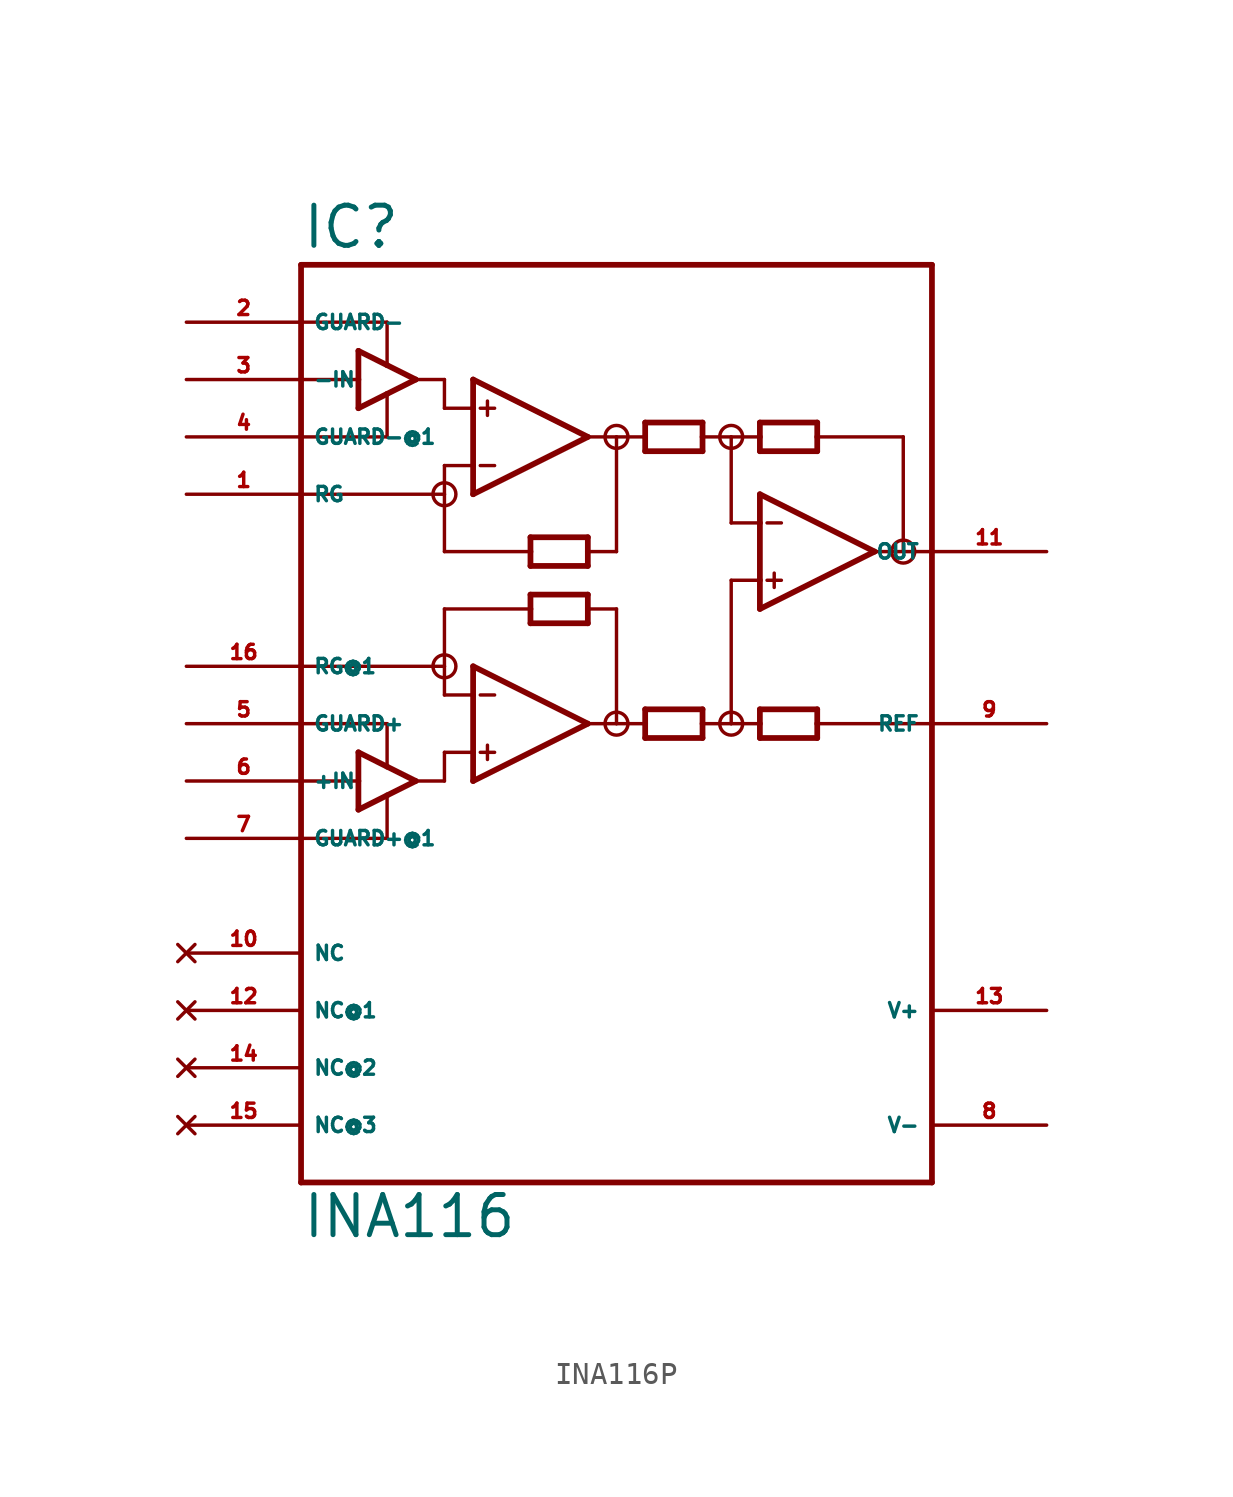
<source format=kicad_sym>
(kicad_symbol_lib
  (version 20220914)
  (generator Eagle2Kicad)
  (symbol "INA116P"
    (property "Reference" "IC"
      (at -15.24 23.495 0)
      (effects (font (size 1.778 1.778) (thickness 0.22)) (justify left bottom)))
    (property "Value" "INA116"
      (at -15.24 -20.32 0)
      (effects (font (size 1.778 1.778) (thickness 0.22)) (justify left bottom)))
    (polyline
      (pts (xy -7.62 12.7) (xy -7.62 13.97))
      (stroke (width 0.254) (type default))
      (fill (type none)))
    (polyline
      (pts (xy -7.62 13.97) (xy -7.62 16.51))
      (stroke (width 0.254) (type default))
      (fill (type none)))
    (polyline
      (pts (xy -7.62 16.51) (xy -7.62 17.78))
      (stroke (width 0.254) (type default))
      (fill (type none)))
    (polyline
      (pts (xy -7.62 17.78) (xy -2.54 15.24))
      (stroke (width 0.254) (type default))
      (fill (type none)))
    (polyline
      (pts (xy -2.54 15.24) (xy -7.62 12.7))
      (stroke (width 0.254) (type default))
      (fill (type none)))
    (polyline
      (pts (xy -2.54 9.525) (xy -2.54 10.16))
      (stroke (width 0.254) (type default))
      (fill (type none)))
    (polyline
      (pts (xy -2.54 10.16) (xy -2.54 10.795))
      (stroke (width 0.254) (type default))
      (fill (type none)))
    (polyline
      (pts (xy -2.54 10.795) (xy -5.08 10.795))
      (stroke (width 0.254) (type default))
      (fill (type none)))
    (polyline
      (pts (xy -5.08 10.795) (xy -5.08 10.16))
      (stroke (width 0.254) (type default))
      (fill (type none)))
    (polyline
      (pts (xy -5.08 10.16) (xy -5.08 9.525))
      (stroke (width 0.254) (type default))
      (fill (type none)))
    (polyline
      (pts (xy -5.08 9.525) (xy -2.54 9.525))
      (stroke (width 0.254) (type default))
      (fill (type none)))
    (polyline
      (pts (xy 0 14.605) (xy 0 15.24))
      (stroke (width 0.254) (type default))
      (fill (type none)))
    (polyline
      (pts (xy 0 15.24) (xy 0 15.875))
      (stroke (width 0.254) (type default))
      (fill (type none)))
    (polyline
      (pts (xy 0 15.875) (xy 2.54 15.875))
      (stroke (width 0.254) (type default))
      (fill (type none)))
    (polyline
      (pts (xy 2.54 15.875) (xy 2.54 15.24))
      (stroke (width 0.254) (type default))
      (fill (type none)))
    (polyline
      (pts (xy 2.54 15.24) (xy 2.54 14.605))
      (stroke (width 0.254) (type default))
      (fill (type none)))
    (polyline
      (pts (xy 2.54 14.605) (xy 0 14.605))
      (stroke (width 0.254) (type default))
      (fill (type none)))
    (polyline
      (pts (xy -7.62 16.51) (xy -8.89 16.51))
      (stroke (width 0.152) (type default))
      (fill (type none)))
    (polyline
      (pts (xy 7.62 15.875) (xy 7.62 15.24))
      (stroke (width 0.254) (type default))
      (fill (type none)))
    (polyline
      (pts (xy 7.62 15.24) (xy 7.62 14.605))
      (stroke (width 0.254) (type default))
      (fill (type none)))
    (polyline
      (pts (xy 7.62 14.605) (xy 5.08 14.605))
      (stroke (width 0.254) (type default))
      (fill (type none)))
    (polyline
      (pts (xy 5.08 14.605) (xy 5.08 15.24))
      (stroke (width 0.254) (type default))
      (fill (type none)))
    (polyline
      (pts (xy 5.08 15.24) (xy 5.08 15.875))
      (stroke (width 0.254) (type default))
      (fill (type none)))
    (polyline
      (pts (xy 5.08 15.875) (xy 7.62 15.875))
      (stroke (width 0.254) (type default))
      (fill (type none)))
    (polyline
      (pts (xy 5.08 3.175) (xy 5.08 2.54))
      (stroke (width 0.254) (type default))
      (fill (type none)))
    (polyline
      (pts (xy 5.08 2.54) (xy 5.08 1.905))
      (stroke (width 0.254) (type default))
      (fill (type none)))
    (polyline
      (pts (xy 5.08 1.905) (xy 7.62 1.905))
      (stroke (width 0.254) (type default))
      (fill (type none)))
    (polyline
      (pts (xy 7.62 1.905) (xy 7.62 2.54))
      (stroke (width 0.254) (type default))
      (fill (type none)))
    (polyline
      (pts (xy 7.62 2.54) (xy 7.62 3.175))
      (stroke (width 0.254) (type default))
      (fill (type none)))
    (polyline
      (pts (xy 7.62 3.175) (xy 5.08 3.175))
      (stroke (width 0.254) (type default))
      (fill (type none)))
    (polyline
      (pts (xy -7.62 13.97) (xy -8.89 13.97))
      (stroke (width 0.152) (type default))
      (fill (type none)))
    (polyline
      (pts (xy -7.303 16.51) (xy -6.668 16.51))
      (stroke (width 0.152) (type default))
      (fill (type none)))
    (polyline
      (pts (xy -7.303 13.97) (xy -6.668 13.97))
      (stroke (width 0.152) (type default))
      (fill (type none)))
    (polyline
      (pts (xy -6.985 16.828) (xy -6.985 16.192))
      (stroke (width 0.152) (type default))
      (fill (type none)))
    (polyline
      (pts (xy -15.24 -17.78) (xy 12.7 -17.78))
      (stroke (width 0.254) (type default))
      (fill (type none)))
    (polyline
      (pts (xy 12.7 -17.78) (xy 12.7 2.54))
      (stroke (width 0.254) (type default))
      (fill (type none)))
    (polyline
      (pts (xy 12.7 2.54) (xy 12.7 10.16))
      (stroke (width 0.254) (type default))
      (fill (type none)))
    (polyline
      (pts (xy 12.7 10.16) (xy 12.7 22.86))
      (stroke (width 0.254) (type default))
      (fill (type none)))
    (polyline
      (pts (xy 12.7 22.86) (xy -15.24 22.86))
      (stroke (width 0.254) (type default))
      (fill (type none)))
    (polyline
      (pts (xy -15.24 22.86) (xy -15.24 20.32))
      (stroke (width 0.254) (type default))
      (fill (type none)))
    (polyline
      (pts (xy -15.24 20.32) (xy -15.24 17.78))
      (stroke (width 0.254) (type default))
      (fill (type none)))
    (polyline
      (pts (xy -15.24 17.78) (xy -15.24 15.24))
      (stroke (width 0.254) (type default))
      (fill (type none)))
    (polyline
      (pts (xy -15.24 15.24) (xy -15.24 12.7))
      (stroke (width 0.254) (type default))
      (fill (type none)))
    (polyline
      (pts (xy -15.24 12.7) (xy -15.24 5.08))
      (stroke (width 0.254) (type default))
      (fill (type none)))
    (polyline
      (pts (xy -15.24 5.08) (xy -15.24 2.54))
      (stroke (width 0.254) (type default))
      (fill (type none)))
    (polyline
      (pts (xy -15.24 2.54) (xy -15.24 0))
      (stroke (width 0.254) (type default))
      (fill (type none)))
    (polyline
      (pts (xy -15.24 0) (xy -15.24 -2.54))
      (stroke (width 0.254) (type default))
      (fill (type none)))
    (polyline
      (pts (xy -15.24 -2.54) (xy -15.24 -17.78))
      (stroke (width 0.254) (type default))
      (fill (type none)))
    (polyline
      (pts (xy -7.62 0) (xy -7.62 1.27))
      (stroke (width 0.254) (type default))
      (fill (type none)))
    (polyline
      (pts (xy -7.62 1.27) (xy -7.62 3.81))
      (stroke (width 0.254) (type default))
      (fill (type none)))
    (polyline
      (pts (xy -7.62 3.81) (xy -7.62 5.08))
      (stroke (width 0.254) (type default))
      (fill (type none)))
    (polyline
      (pts (xy -7.62 5.08) (xy -2.54 2.54))
      (stroke (width 0.254) (type default))
      (fill (type none)))
    (polyline
      (pts (xy -2.54 2.54) (xy -7.62 0))
      (stroke (width 0.254) (type default))
      (fill (type none)))
    (polyline
      (pts (xy 2.54 1.905) (xy 2.54 2.54))
      (stroke (width 0.254) (type default))
      (fill (type none)))
    (polyline
      (pts (xy 2.54 2.54) (xy 2.54 3.175))
      (stroke (width 0.254) (type default))
      (fill (type none)))
    (polyline
      (pts (xy 2.54 3.175) (xy 0 3.175))
      (stroke (width 0.254) (type default))
      (fill (type none)))
    (polyline
      (pts (xy 0 3.175) (xy 0 2.54))
      (stroke (width 0.254) (type default))
      (fill (type none)))
    (polyline
      (pts (xy 0 2.54) (xy 0 1.905))
      (stroke (width 0.254) (type default))
      (fill (type none)))
    (polyline
      (pts (xy 0 1.905) (xy 2.54 1.905))
      (stroke (width 0.254) (type default))
      (fill (type none)))
    (polyline
      (pts (xy -5.08 6.985) (xy -5.08 7.62))
      (stroke (width 0.254) (type default))
      (fill (type none)))
    (polyline
      (pts (xy -5.08 7.62) (xy -5.08 8.255))
      (stroke (width 0.254) (type default))
      (fill (type none)))
    (polyline
      (pts (xy -5.08 8.255) (xy -2.54 8.255))
      (stroke (width 0.254) (type default))
      (fill (type none)))
    (polyline
      (pts (xy -2.54 8.255) (xy -2.54 7.62))
      (stroke (width 0.254) (type default))
      (fill (type none)))
    (polyline
      (pts (xy -2.54 7.62) (xy -2.54 6.985))
      (stroke (width 0.254) (type default))
      (fill (type none)))
    (polyline
      (pts (xy -2.54 6.985) (xy -5.08 6.985))
      (stroke (width 0.254) (type default))
      (fill (type none)))
    (polyline
      (pts (xy -7.62 3.81) (xy -8.89 3.81))
      (stroke (width 0.152) (type default))
      (fill (type none)))
    (polyline
      (pts (xy -7.62 1.27) (xy -8.89 1.27))
      (stroke (width 0.152) (type default))
      (fill (type none)))
    (polyline
      (pts (xy -7.303 3.81) (xy -6.668 3.81))
      (stroke (width 0.152) (type default))
      (fill (type none)))
    (polyline
      (pts (xy -7.303 1.27) (xy -6.668 1.27))
      (stroke (width 0.152) (type default))
      (fill (type none)))
    (polyline
      (pts (xy -6.985 1.587) (xy -6.985 0.953))
      (stroke (width 0.152) (type default))
      (fill (type none)))
    (polyline
      (pts (xy -8.89 16.51) (xy -8.89 17.78))
      (stroke (width 0.152) (type default))
      (fill (type none)))
    (polyline
      (pts (xy -8.89 13.97) (xy -8.89 12.7))
      (stroke (width 0.152) (type default))
      (fill (type none)))
    (polyline
      (pts (xy -8.89 12.7) (xy -15.24 12.7))
      (stroke (width 0.152) (type default))
      (fill (type none)))
    (polyline
      (pts (xy 5.08 7.62) (xy 5.08 8.89))
      (stroke (width 0.254) (type default))
      (fill (type none)))
    (polyline
      (pts (xy 5.08 8.89) (xy 5.08 11.43))
      (stroke (width 0.254) (type default))
      (fill (type none)))
    (polyline
      (pts (xy 5.08 11.43) (xy 5.08 12.7))
      (stroke (width 0.254) (type default))
      (fill (type none)))
    (polyline
      (pts (xy 5.08 12.7) (xy 10.16 10.16))
      (stroke (width 0.254) (type default))
      (fill (type none)))
    (polyline
      (pts (xy 10.16 10.16) (xy 5.08 7.62))
      (stroke (width 0.254) (type default))
      (fill (type none)))
    (polyline
      (pts (xy 5.08 8.89) (xy 3.81 8.89))
      (stroke (width 0.152) (type default))
      (fill (type none)))
    (polyline
      (pts (xy 5.397 11.43) (xy 6.032 11.43))
      (stroke (width 0.152) (type default))
      (fill (type none)))
    (polyline
      (pts (xy 5.397 8.89) (xy 6.032 8.89))
      (stroke (width 0.152) (type default))
      (fill (type none)))
    (polyline
      (pts (xy 5.715 9.207) (xy 5.715 8.572))
      (stroke (width 0.152) (type default))
      (fill (type none)))
    (polyline
      (pts (xy -2.54 15.24) (xy -1.27 15.24))
      (stroke (width 0.152) (type default))
      (fill (type none)))
    (polyline
      (pts (xy -1.27 15.24) (xy 0 15.24))
      (stroke (width 0.152) (type default))
      (fill (type none)))
    (polyline
      (pts (xy 2.54 15.24) (xy 3.81 15.24))
      (stroke (width 0.152) (type default))
      (fill (type none)))
    (polyline
      (pts (xy 3.81 15.24) (xy 5.08 15.24))
      (stroke (width 0.152) (type default))
      (fill (type none)))
    (polyline
      (pts (xy 10.16 10.16) (xy 11.43 10.16))
      (stroke (width 0.152) (type default))
      (fill (type none)))
    (polyline
      (pts (xy 11.43 10.16) (xy 11.43 15.24))
      (stroke (width 0.152) (type default))
      (fill (type none)))
    (polyline
      (pts (xy 11.43 15.24) (xy 7.62 15.24))
      (stroke (width 0.152) (type default))
      (fill (type none)))
    (polyline
      (pts (xy 11.43 10.16) (xy 12.7 10.16))
      (stroke (width 0.152) (type default))
      (fill (type none)))
    (polyline
      (pts (xy -8.89 12.7) (xy -8.89 10.16))
      (stroke (width 0.152) (type default))
      (fill (type none)))
    (polyline
      (pts (xy -8.89 10.16) (xy -5.08 10.16))
      (stroke (width 0.152) (type default))
      (fill (type none)))
    (polyline
      (pts (xy -1.27 15.24) (xy -1.27 10.16))
      (stroke (width 0.152) (type default))
      (fill (type none)))
    (polyline
      (pts (xy -1.27 10.16) (xy -2.54 10.16))
      (stroke (width 0.152) (type default))
      (fill (type none)))
    (polyline
      (pts (xy 3.81 15.24) (xy 3.81 11.43))
      (stroke (width 0.152) (type default))
      (fill (type none)))
    (polyline
      (pts (xy 3.81 11.43) (xy 5.08 11.43))
      (stroke (width 0.152) (type default))
      (fill (type none)))
    (polyline
      (pts (xy -5.08 7.62) (xy -8.89 7.62))
      (stroke (width 0.152) (type default))
      (fill (type none)))
    (polyline
      (pts (xy -8.89 7.62) (xy -8.89 5.08))
      (stroke (width 0.152) (type default))
      (fill (type none)))
    (polyline
      (pts (xy -8.89 5.08) (xy -8.89 3.81))
      (stroke (width 0.152) (type default))
      (fill (type none)))
    (polyline
      (pts (xy -2.54 7.62) (xy -1.27 7.62))
      (stroke (width 0.152) (type default))
      (fill (type none)))
    (polyline
      (pts (xy -1.27 7.62) (xy -1.27 2.54))
      (stroke (width 0.152) (type default))
      (fill (type none)))
    (polyline
      (pts (xy -1.27 2.54) (xy -2.54 2.54))
      (stroke (width 0.152) (type default))
      (fill (type none)))
    (polyline
      (pts (xy -1.27 2.54) (xy 0 2.54))
      (stroke (width 0.152) (type default))
      (fill (type none)))
    (polyline
      (pts (xy 2.54 2.54) (xy 3.81 2.54))
      (stroke (width 0.152) (type default))
      (fill (type none)))
    (polyline
      (pts (xy 3.81 2.54) (xy 5.08 2.54))
      (stroke (width 0.152) (type default))
      (fill (type none)))
    (polyline
      (pts (xy -8.89 1.27) (xy -8.89 0))
      (stroke (width 0.152) (type default))
      (fill (type none)))
    (polyline
      (pts (xy -15.24 5.08) (xy -8.89 5.08))
      (stroke (width 0.152) (type default))
      (fill (type none)))
    (polyline
      (pts (xy 3.81 8.89) (xy 3.81 2.54))
      (stroke (width 0.152) (type default))
      (fill (type none)))
    (polyline
      (pts (xy 7.62 2.54) (xy 12.7 2.54))
      (stroke (width 0.152) (type default))
      (fill (type none)))
    (polyline
      (pts (xy -10.16 0) (xy -11.43 0.635))
      (stroke (width 0.254) (type default))
      (fill (type none)))
    (polyline
      (pts (xy -11.43 0.635) (xy -12.7 1.27))
      (stroke (width 0.254) (type default))
      (fill (type none)))
    (polyline
      (pts (xy -12.7 1.27) (xy -12.7 0))
      (stroke (width 0.254) (type default))
      (fill (type none)))
    (polyline
      (pts (xy -12.7 0) (xy -12.7 -1.27))
      (stroke (width 0.254) (type default))
      (fill (type none)))
    (polyline
      (pts (xy -12.7 -1.27) (xy -11.43 -0.635))
      (stroke (width 0.254) (type default))
      (fill (type none)))
    (polyline
      (pts (xy -11.43 -0.635) (xy -10.16 0))
      (stroke (width 0.254) (type default))
      (fill (type none)))
    (polyline
      (pts (xy -10.16 17.78) (xy -11.43 18.415))
      (stroke (width 0.254) (type default))
      (fill (type none)))
    (polyline
      (pts (xy -11.43 18.415) (xy -12.7 19.05))
      (stroke (width 0.254) (type default))
      (fill (type none)))
    (polyline
      (pts (xy -12.7 19.05) (xy -12.7 17.78))
      (stroke (width 0.254) (type default))
      (fill (type none)))
    (polyline
      (pts (xy -12.7 17.78) (xy -12.7 16.51))
      (stroke (width 0.254) (type default))
      (fill (type none)))
    (polyline
      (pts (xy -12.7 16.51) (xy -11.43 17.145))
      (stroke (width 0.254) (type default))
      (fill (type none)))
    (polyline
      (pts (xy -11.43 17.145) (xy -10.16 17.78))
      (stroke (width 0.254) (type default))
      (fill (type none)))
    (polyline
      (pts (xy -12.7 0) (xy -15.24 0))
      (stroke (width 0.152) (type default))
      (fill (type none)))
    (polyline
      (pts (xy -15.24 17.78) (xy -12.7 17.78))
      (stroke (width 0.152) (type default))
      (fill (type none)))
    (polyline
      (pts (xy -15.24 20.32) (xy -11.43 20.32))
      (stroke (width 0.152) (type default))
      (fill (type none)))
    (polyline
      (pts (xy -11.43 20.32) (xy -11.43 18.415))
      (stroke (width 0.152) (type default))
      (fill (type none)))
    (polyline
      (pts (xy -11.43 17.145) (xy -11.43 15.24))
      (stroke (width 0.152) (type default))
      (fill (type none)))
    (polyline
      (pts (xy -11.43 15.24) (xy -15.24 15.24))
      (stroke (width 0.152) (type default))
      (fill (type none)))
    (polyline
      (pts (xy -10.16 17.78) (xy -8.89 17.78))
      (stroke (width 0.152) (type default))
      (fill (type none)))
    (polyline
      (pts (xy -10.16 0) (xy -8.89 0))
      (stroke (width 0.152) (type default))
      (fill (type none)))
    (polyline
      (pts (xy -15.24 2.54) (xy -11.43 2.54))
      (stroke (width 0.152) (type default))
      (fill (type none)))
    (polyline
      (pts (xy -11.43 2.54) (xy -11.43 0.635))
      (stroke (width 0.152) (type default))
      (fill (type none)))
    (polyline
      (pts (xy -11.43 -0.635) (xy -11.43 -2.54))
      (stroke (width 0.152) (type default))
      (fill (type none)))
    (polyline
      (pts (xy -11.43 -2.54) (xy -15.24 -2.54))
      (stroke (width 0.152) (type default))
      (fill (type none)))
    (circle
      (center -8.89 12.7)
      (radius 0.508)
      (stroke (width 0) (type default))
      (fill (type none)))
    (circle
      (center -8.89 5.08)
      (radius 0.508)
      (stroke (width 0) (type default))
      (fill (type none)))
    (circle
      (center -1.27 2.54)
      (radius 0.508)
      (stroke (width 0) (type default))
      (fill (type none)))
    (circle
      (center -1.27 15.24)
      (radius 0.508)
      (stroke (width 0) (type default))
      (fill (type none)))
    (circle
      (center 3.81 15.24)
      (radius 0.508)
      (stroke (width 0) (type default))
      (fill (type none)))
    (circle
      (center 3.81 2.54)
      (radius 0.508)
      (stroke (width 0) (type default))
      (fill (type none)))
    (circle
      (center 11.43 10.16)
      (radius 0.508)
      (stroke (width 0) (type default))
      (fill (type none)))
    (pin input line
      (at -20.32 17.78 0)
      (length 5.08)
      (name "-IN" (effects (font (size 0.635 0.635) (thickness 0.08)) (justify left bottom)))
      (number "3" (effects (font (size 0.635 0.635) (thickness 0.08)) (justify left bottom))))
    (pin passive line
      (at -20.32 12.7 0)
      (length 5.08)
      (name "RG" (effects (font (size 0.635 0.635) (thickness 0.08)) (justify left bottom)))
      (number "1" (effects (font (size 0.635 0.635) (thickness 0.08)) (justify left bottom))))
    (pin output line
      (at 17.78 10.16 180)
      (length 5.08)
      (name "OUT" (effects (font (size 0.635 0.635) (thickness 0.08)) (justify left bottom)))
      (number "11" (effects (font (size 0.635 0.635) (thickness 0.08)) (justify left bottom))))
    (pin unspecified line
      (at 17.78 -10.16 180)
      (length 5.08)
      (name "V+" (effects (font (size 0.635 0.635) (thickness 0.08)) (justify left bottom)))
      (number "13" (effects (font (size 0.635 0.635) (thickness 0.08)) (justify left bottom))))
    (pin unspecified line
      (at 17.78 -15.24 180)
      (length 5.08)
      (name "V-" (effects (font (size 0.635 0.635) (thickness 0.08)) (justify left bottom)))
      (number "8" (effects (font (size 0.635 0.635) (thickness 0.08)) (justify left bottom))))
    (pin passive line
      (at -20.32 5.08 0)
      (length 5.08)
      (name "RG@1" (effects (font (size 0.635 0.635) (thickness 0.08)) (justify left bottom)))
      (number "16" (effects (font (size 0.635 0.635) (thickness 0.08)) (justify left bottom))))
    (pin input line
      (at -20.32 0 0)
      (length 5.08)
      (name "+IN" (effects (font (size 0.635 0.635) (thickness 0.08)) (justify left bottom)))
      (number "6" (effects (font (size 0.635 0.635) (thickness 0.08)) (justify left bottom))))
    (pin passive line
      (at 17.78 2.54 180)
      (length 5.08)
      (name "REF" (effects (font (size 0.635 0.635) (thickness 0.08)) (justify left bottom)))
      (number "9" (effects (font (size 0.635 0.635) (thickness 0.08)) (justify left bottom))))
    (pin passive line
      (at -20.32 20.32 0)
      (length 5.08)
      (name "GUARD-" (effects (font (size 0.635 0.635) (thickness 0.08)) (justify left bottom)))
      (number "2" (effects (font (size 0.635 0.635) (thickness 0.08)) (justify left bottom))))
    (pin passive line
      (at -20.32 15.24 0)
      (length 5.08)
      (name "GUARD-@1" (effects (font (size 0.635 0.635) (thickness 0.08)) (justify left bottom)))
      (number "4" (effects (font (size 0.635 0.635) (thickness 0.08)) (justify left bottom))))
    (pin passive line
      (at -20.32 2.54 0)
      (length 5.08)
      (name "GUARD+" (effects (font (size 0.635 0.635) (thickness 0.08)) (justify left bottom)))
      (number "5" (effects (font (size 0.635 0.635) (thickness 0.08)) (justify left bottom))))
    (pin passive line
      (at -20.32 -2.54 0)
      (length 5.08)
      (name "GUARD+@1" (effects (font (size 0.635 0.635) (thickness 0.08)) (justify left bottom)))
      (number "7" (effects (font (size 0.635 0.635) (thickness 0.08)) (justify left bottom))))
    (pin no_connect line
      (at -20.32 -7.62 0)
      (length 5.08)
      (name "NC" (effects (font (size 0.635 0.635) (thickness 0.08)) (justify left bottom) hide))
      (number "10" (effects (font (size 0.635 0.635) (thickness 0.08)) (justify left bottom) hide)))
    (pin no_connect line
      (at -20.32 -10.16 0)
      (length 5.08)
      (name "NC@1" (effects (font (size 0.635 0.635) (thickness 0.08)) (justify left bottom) hide))
      (number "12" (effects (font (size 0.635 0.635) (thickness 0.08)) (justify left bottom) hide)))
    (pin no_connect line
      (at -20.32 -12.7 0)
      (length 5.08)
      (name "NC@2" (effects (font (size 0.635 0.635) (thickness 0.08)) (justify left bottom) hide))
      (number "14" (effects (font (size 0.635 0.635) (thickness 0.08)) (justify left bottom) hide)))
    (pin no_connect line
      (at -20.32 -15.24 0)
      (length 5.08)
      (name "NC@3" (effects (font (size 0.635 0.635) (thickness 0.08)) (justify left bottom) hide))
      (number "15" (effects (font (size 0.635 0.635) (thickness 0.08)) (justify left bottom) hide)))))
</source>
